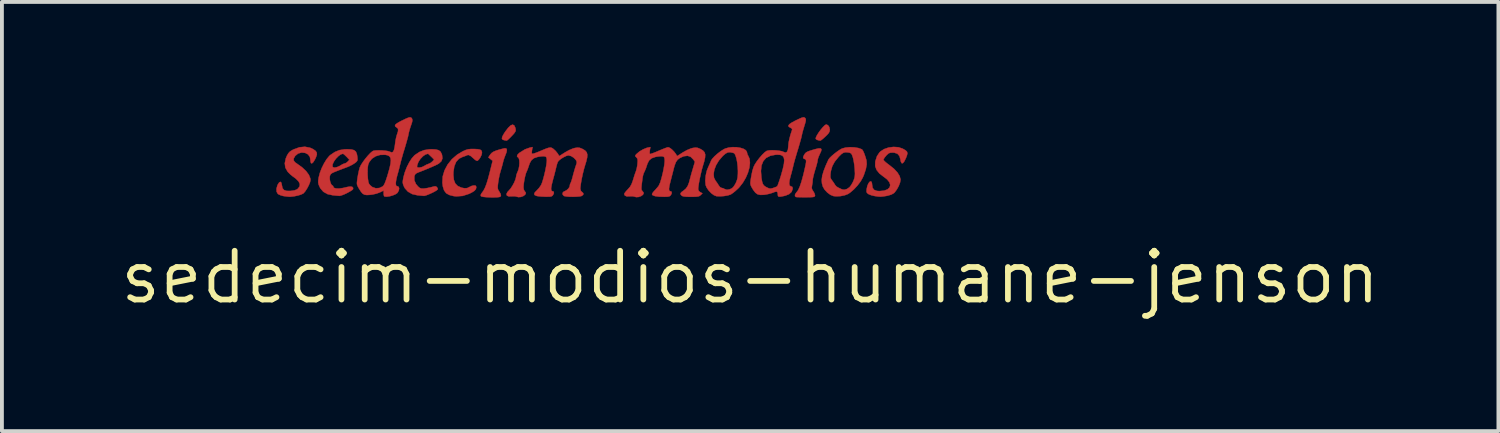
<source format=kicad_pcb>
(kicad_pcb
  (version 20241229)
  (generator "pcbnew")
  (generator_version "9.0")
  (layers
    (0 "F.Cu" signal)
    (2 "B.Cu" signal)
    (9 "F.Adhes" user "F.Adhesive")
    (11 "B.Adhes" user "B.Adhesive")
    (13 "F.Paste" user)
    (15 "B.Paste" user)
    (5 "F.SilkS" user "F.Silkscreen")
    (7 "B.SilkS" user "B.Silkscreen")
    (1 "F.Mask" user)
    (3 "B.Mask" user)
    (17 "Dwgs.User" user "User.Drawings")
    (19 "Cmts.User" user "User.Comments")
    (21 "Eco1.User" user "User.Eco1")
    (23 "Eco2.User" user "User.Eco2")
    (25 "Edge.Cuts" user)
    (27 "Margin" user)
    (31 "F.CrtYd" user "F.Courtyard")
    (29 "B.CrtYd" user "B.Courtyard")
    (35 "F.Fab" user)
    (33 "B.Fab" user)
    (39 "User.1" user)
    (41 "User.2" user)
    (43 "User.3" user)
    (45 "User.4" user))
  (footprint "sedecim-modios-humane-jenson"
    (layer "F.Cu")
    (at 16.487 4.171)
    (property "Reference" "sedecim-modios-humane-jenson" (at 0 0 0) (layer "F.SilkS") (effects (font (size 1.27 1.27) (thickness 0.15))))
    (attr through_hole)
    (fp_poly (pts (xy -6.145 -3.955) (xy -6.117 -3.895) (xy -6.109 -3.863) (xy -6.106 -3.827) (xy -6.117 -3.792) (xy -6.147 -3.748) (xy -6.202 -3.687) (xy -6.211 -3.678) (xy -6.267 -3.621) (xy -6.312 -3.579) (xy -6.34 -3.559) (xy -6.343 -3.559) (xy -6.376 -3.565) (xy -6.41 -3.571) (xy -6.451 -3.587) (xy -6.466 -3.616) (xy -6.454 -3.665) (xy -6.415 -3.737) (xy -6.379 -3.792) (xy -6.302 -3.893) (xy -6.238 -3.954) (xy -6.186 -3.975) (xy -6.145 -3.955)) (stroke (width 0.01) (type solid)) (fill yes) (layer "F.Cu"))
    (fp_poly (pts (xy 2.026 -3.96) (xy 2.06 -3.912) (xy 2.074 -3.847) (xy 2.074 -3.843) (xy 2.068 -3.8) (xy 2.046 -3.757) (xy 2.001 -3.705) (xy 1.959 -3.665) (xy 1.902 -3.613) (xy 1.855 -3.575) (xy 1.829 -3.559) (xy 1.827 -3.559) (xy 1.794 -3.565) (xy 1.764 -3.571) (xy 1.723 -3.589) (xy 1.707 -3.608) (xy 1.713 -3.643) (xy 1.74 -3.699) (xy 1.783 -3.768) (xy 1.835 -3.839) (xy 1.889 -3.904) (xy 1.938 -3.954) (xy 1.975 -3.978) (xy 1.982 -3.979) (xy 2.026 -3.96)) (stroke (width 0.01) (type solid)) (fill yes) (layer "F.Cu"))
    (fp_poly (pts (xy -6.354 -3.356) (xy -6.336 -3.322) (xy -6.345 -3.26) (xy -6.368 -3.2) (xy -6.4 -3.118) (xy -6.428 -3.032) (xy -6.434 -3.006) (xy -6.452 -2.933) (xy -6.477 -2.843) (xy -6.498 -2.773) (xy -6.524 -2.679) (xy -6.547 -2.567) (xy -6.563 -2.47) (xy -6.573 -2.384) (xy -6.575 -2.328) (xy -6.568 -2.29) (xy -6.55 -2.256) (xy -6.545 -2.248) (xy -6.502 -2.177) (xy -6.49 -2.128) (xy -6.505 -2.099) (xy -6.539 -2.089) (xy -6.604 -2.082) (xy -6.687 -2.08) (xy -6.779 -2.081) (xy -6.869 -2.086) (xy -6.945 -2.093) (xy -6.996 -2.104) (xy -7.011 -2.111) (xy -7.02 -2.141) (xy -7 -2.181) (xy -6.988 -2.197) (xy -6.944 -2.259) (xy -6.905 -2.334) (xy -6.868 -2.429) (xy -6.83 -2.552) (xy -6.788 -2.709) (xy -6.782 -2.733) (xy -6.707 -3.033) (xy -6.763 -3.078) (xy -6.818 -3.122) (xy -6.769 -3.196) (xy -6.734 -3.236) (xy -6.686 -3.269) (xy -6.616 -3.299) (xy -6.518 -3.329) (xy -6.398 -3.359) (xy -6.354 -3.356)) (stroke (width 0.01) (type solid)) (fill yes) (layer "F.Cu"))
    (fp_poly (pts (xy -7.099 -3.336) (xy -7.036 -3.325) (xy -7.001 -3.303) (xy -6.987 -3.266) (xy -6.985 -3.239) (xy -6.997 -3.185) (xy -7.027 -3.123) (xy -7.065 -3.067) (xy -7.102 -3.034) (xy -7.107 -3.032) (xy -7.136 -3.04) (xy -7.18 -3.072) (xy -7.198 -3.089) (xy -7.275 -3.156) (xy -7.333 -3.186) (xy -7.373 -3.18) (xy -7.408 -3.163) (xy -7.465 -3.142) (xy -7.486 -3.136) (xy -7.585 -3.087) (xy -7.658 -3.005) (xy -7.706 -2.889) (xy -7.728 -2.741) (xy -7.73 -2.663) (xy -7.717 -2.536) (xy -7.68 -2.442) (xy -7.616 -2.377) (xy -7.52 -2.334) (xy -7.451 -2.32) (xy -7.373 -2.321) (xy -7.313 -2.35) (xy -7.253 -2.379) (xy -7.194 -2.392) (xy -7.191 -2.392) (xy -7.148 -2.385) (xy -7.134 -2.356) (xy -7.133 -2.342) (xy -7.144 -2.296) (xy -7.18 -2.253) (xy -7.247 -2.21) (xy -7.324 -2.172) (xy -7.489 -2.119) (xy -7.654 -2.107) (xy -7.726 -2.115) (xy -7.838 -2.144) (xy -7.918 -2.19) (xy -7.971 -2.262) (xy -8.003 -2.363) (xy -8.016 -2.464) (xy -8.007 -2.625) (xy -7.96 -2.784) (xy -7.879 -2.936) (xy -7.768 -3.075) (xy -7.63 -3.194) (xy -7.486 -3.28) (xy -7.407 -3.315) (xy -7.34 -3.334) (xy -7.265 -3.341) (xy -7.197 -3.341) (xy -7.099 -3.336)) (stroke (width 0.01) (type solid)) (fill yes) (layer "F.Cu"))
    (fp_poly (pts (xy 1.856 -3.334) (xy 1.848 -3.285) (xy 1.814 -3.21) (xy 1.783 -3.14) (xy 1.762 -3.078) (xy 1.757 -3.048) (xy 1.751 -3.007) (xy 1.734 -2.938) (xy 1.709 -2.852) (xy 1.693 -2.801) (xy 1.666 -2.708) (xy 1.644 -2.622) (xy 1.631 -2.556) (xy 1.629 -2.534) (xy 1.624 -2.465) (xy 1.611 -2.391) (xy 1.611 -2.387) (xy 1.603 -2.328) (xy 1.616 -2.281) (xy 1.644 -2.239) (xy 1.675 -2.185) (xy 1.689 -2.136) (xy 1.689 -2.127) (xy 1.683 -2.109) (xy 1.668 -2.097) (xy 1.635 -2.089) (xy 1.578 -2.086) (xy 1.488 -2.084) (xy 1.448 -2.084) (xy 1.351 -2.084) (xy 1.268 -2.086) (xy 1.211 -2.088) (xy 1.189 -2.091) (xy 1.166 -2.116) (xy 1.17 -2.159) (xy 1.198 -2.203) (xy 1.205 -2.21) (xy 1.248 -2.266) (xy 1.291 -2.358) (xy 1.335 -2.487) (xy 1.381 -2.655) (xy 1.397 -2.72) (xy 1.426 -2.846) (xy 1.446 -2.937) (xy 1.456 -3) (xy 1.456 -3.039) (xy 1.447 -3.063) (xy 1.43 -3.075) (xy 1.418 -3.08) (xy 1.385 -3.098) (xy 1.38 -3.129) (xy 1.403 -3.182) (xy 1.412 -3.197) (xy 1.434 -3.229) (xy 1.462 -3.254) (xy 1.504 -3.276) (xy 1.569 -3.299) (xy 1.665 -3.328) (xy 1.689 -3.335) (xy 1.779 -3.356) (xy 1.834 -3.357) (xy 1.856 -3.334)) (stroke (width 0.01) (type solid)) (fill yes) (layer "F.Cu"))
    (fp_poly (pts (xy -11.464 -3.374) (xy -11.382 -3.337) (xy -11.319 -3.292) (xy -11.288 -3.248) (xy -11.285 -3.193) (xy -11.311 -3.118) (xy -11.335 -3.068) (xy -11.377 -2.999) (xy -11.412 -2.967) (xy -11.437 -2.972) (xy -11.45 -3.016) (xy -11.451 -3.043) (xy -11.467 -3.135) (xy -11.516 -3.201) (xy -11.589 -3.239) (xy -11.683 -3.249) (xy -11.773 -3.223) (xy -11.845 -3.164) (xy -11.853 -3.154) (xy -11.888 -3.092) (xy -11.889 -3.043) (xy -11.855 -2.996) (xy -11.795 -2.953) (xy -11.666 -2.86) (xy -11.563 -2.762) (xy -11.492 -2.665) (xy -11.455 -2.572) (xy -11.451 -2.534) (xy -11.463 -2.476) (xy -11.494 -2.399) (xy -11.537 -2.317) (xy -11.584 -2.243) (xy -11.628 -2.191) (xy -11.638 -2.183) (xy -11.697 -2.154) (xy -11.783 -2.128) (xy -11.88 -2.108) (xy -11.972 -2.098) (xy -12.011 -2.098) (xy -12.074 -2.104) (xy -12.15 -2.115) (xy -12.169 -2.118) (xy -12.235 -2.138) (xy -12.29 -2.164) (xy -12.301 -2.172) (xy -12.333 -2.228) (xy -12.337 -2.305) (xy -12.312 -2.394) (xy -12.303 -2.413) (xy -12.266 -2.47) (xy -12.233 -2.486) (xy -12.209 -2.462) (xy -12.196 -2.397) (xy -12.196 -2.397) (xy -12.18 -2.321) (xy -12.142 -2.273) (xy -12.077 -2.25) (xy -11.979 -2.248) (xy -11.957 -2.25) (xy -11.864 -2.264) (xy -11.802 -2.29) (xy -11.777 -2.309) (xy -11.733 -2.369) (xy -11.728 -2.431) (xy -11.762 -2.498) (xy -11.836 -2.572) (xy -11.915 -2.629) (xy -11.974 -2.677) (xy -12.035 -2.738) (xy -12.052 -2.759) (xy -12.106 -2.857) (xy -12.12 -2.969) (xy -12.095 -3.092) (xy -12.065 -3.164) (xy -12.028 -3.228) (xy -11.987 -3.273) (xy -11.926 -3.312) (xy -11.885 -3.332) (xy -11.739 -3.385) (xy -11.597 -3.399) (xy -11.464 -3.374)) (stroke (width 0.01) (type solid)) (fill yes) (layer "F.Cu"))
    (fp_poly (pts (xy 3.863 -3.386) (xy 3.97 -3.35) (xy 4.044 -3.308) (xy 4.084 -3.271) (xy 4.095 -3.227) (xy 4.08 -3.165) (xy 4.054 -3.099) (xy 4.012 -3.015) (xy 3.976 -2.972) (xy 3.947 -2.97) (xy 3.925 -3.01) (xy 3.914 -3.065) (xy 3.888 -3.157) (xy 3.837 -3.216) (xy 3.758 -3.244) (xy 3.715 -3.247) (xy 3.651 -3.244) (xy 3.606 -3.228) (xy 3.561 -3.188) (xy 3.544 -3.17) (xy 3.502 -3.119) (xy 3.476 -3.076) (xy 3.471 -3.06) (xy 3.488 -3.035) (xy 3.531 -2.994) (xy 3.594 -2.944) (xy 3.623 -2.923) (xy 3.743 -2.827) (xy 3.835 -2.729) (xy 3.893 -2.634) (xy 3.916 -2.548) (xy 3.916 -2.542) (xy 3.903 -2.466) (xy 3.868 -2.375) (xy 3.819 -2.286) (xy 3.765 -2.213) (xy 3.743 -2.191) (xy 3.679 -2.155) (xy 3.585 -2.126) (xy 3.55 -2.119) (xy 3.463 -2.105) (xy 3.399 -2.099) (xy 3.338 -2.102) (xy 3.261 -2.113) (xy 3.232 -2.118) (xy 3.158 -2.135) (xy 3.094 -2.16) (xy 3.076 -2.17) (xy 3.043 -2.197) (xy 3.03 -2.228) (xy 3.032 -2.28) (xy 3.035 -2.303) (xy 3.053 -2.383) (xy 3.08 -2.445) (xy 3.11 -2.485) (xy 3.139 -2.499) (xy 3.162 -2.484) (xy 3.174 -2.435) (xy 3.175 -2.413) (xy 3.188 -2.33) (xy 3.228 -2.276) (xy 3.3 -2.249) (xy 3.366 -2.244) (xy 3.489 -2.256) (xy 3.578 -2.289) (xy 3.632 -2.34) (xy 3.648 -2.403) (xy 3.627 -2.474) (xy 3.566 -2.549) (xy 3.485 -2.611) (xy 3.369 -2.7) (xy 3.293 -2.794) (xy 3.256 -2.894) (xy 3.258 -3.005) (xy 3.262 -3.028) (xy 3.303 -3.154) (xy 3.365 -3.248) (xy 3.39 -3.274) (xy 3.486 -3.337) (xy 3.606 -3.379) (xy 3.736 -3.395) (xy 3.863 -3.386)) (stroke (width 0.01) (type solid)) (fill yes) (layer "F.Cu"))
    (fp_poly (pts (xy 2.715 -3.383) (xy 2.821 -3.365) (xy 2.904 -3.334) (xy 2.914 -3.328) (xy 2.937 -3.297) (xy 2.966 -3.235) (xy 2.996 -3.152) (xy 3.024 -3.059) (xy 3.029 -3.04) (xy 3.035 -2.941) (xy 3.012 -2.815) (xy 2.961 -2.663) (xy 2.932 -2.596) (xy 2.876 -2.497) (xy 2.795 -2.39) (xy 2.701 -2.289) (xy 2.605 -2.207) (xy 2.551 -2.17) (xy 2.461 -2.135) (xy 2.35 -2.113) (xy 2.237 -2.108) (xy 2.169 -2.115) (xy 2.09 -2.147) (xy 2.009 -2.207) (xy 1.938 -2.283) (xy 1.892 -2.363) (xy 1.869 -2.447) (xy 1.863 -2.536) (xy 1.876 -2.636) (xy 1.879 -2.646) (xy 2.088 -2.646) (xy 2.091 -2.597) (xy 2.108 -2.557) (xy 2.135 -2.519) (xy 2.175 -2.463) (xy 2.207 -2.413) (xy 2.213 -2.403) (xy 2.247 -2.364) (xy 2.297 -2.333) (xy 2.351 -2.308) (xy 2.391 -2.289) (xy 2.45 -2.279) (xy 2.52 -2.299) (xy 2.586 -2.344) (xy 2.626 -2.394) (xy 2.668 -2.465) (xy 2.69 -2.512) (xy 2.713 -2.575) (xy 2.725 -2.631) (xy 2.729 -2.695) (xy 2.725 -2.783) (xy 2.723 -2.82) (xy 2.713 -2.923) (xy 2.697 -3.025) (xy 2.679 -3.108) (xy 2.674 -3.124) (xy 2.651 -3.189) (xy 2.629 -3.224) (xy 2.596 -3.242) (xy 2.559 -3.25) (xy 2.489 -3.256) (xy 2.433 -3.245) (xy 2.379 -3.211) (xy 2.316 -3.149) (xy 2.296 -3.127) (xy 2.201 -3.009) (xy 2.139 -2.895) (xy 2.104 -2.774) (xy 2.095 -2.72) (xy 2.088 -2.646) (xy 1.879 -2.646) (xy 1.909 -2.755) (xy 1.963 -2.896) (xy 2.039 -3.066) (xy 2.07 -3.107) (xy 2.127 -3.162) (xy 2.199 -3.223) (xy 2.276 -3.281) (xy 2.348 -3.329) (xy 2.396 -3.354) (xy 2.488 -3.378) (xy 2.598 -3.388) (xy 2.715 -3.383)) (stroke (width 0.01) (type solid)) (fill yes) (layer "F.Cu"))
    (fp_poly (pts (xy -0.353 -3.387) (xy -0.255 -3.371) (xy -0.172 -3.345) (xy -0.113 -3.308) (xy -0.085 -3.264) (xy -0.084 -3.254) (xy -0.071 -3.199) (xy -0.053 -3.167) (xy -0.016 -3.085) (xy -0.006 -2.979) (xy -0.02 -2.857) (xy -0.057 -2.725) (xy -0.114 -2.592) (xy -0.19 -2.463) (xy -0.281 -2.346) (xy -0.314 -2.312) (xy -0.383 -2.249) (xy -0.45 -2.195) (xy -0.503 -2.159) (xy -0.512 -2.154) (xy -0.586 -2.131) (xy -0.683 -2.115) (xy -0.786 -2.108) (xy -0.877 -2.112) (xy -0.878 -2.112) (xy -0.942 -2.137) (xy -1.014 -2.19) (xy -1.081 -2.26) (xy -1.133 -2.336) (xy -1.16 -2.402) (xy -1.169 -2.515) (xy -1.158 -2.645) (xy -1.148 -2.691) (xy -0.952 -2.691) (xy -0.942 -2.592) (xy -0.905 -2.519) (xy -0.859 -2.456) (xy -0.821 -2.395) (xy -0.786 -2.349) (xy -0.749 -2.328) (xy -0.746 -2.328) (xy -0.698 -2.316) (xy -0.666 -2.298) (xy -0.605 -2.278) (xy -0.528 -2.292) (xy -0.469 -2.322) (xy -0.433 -2.358) (xy -0.394 -2.419) (xy -0.368 -2.468) (xy -0.341 -2.539) (xy -0.326 -2.607) (xy -0.32 -2.691) (xy -0.319 -2.768) (xy -0.324 -2.876) (xy -0.337 -2.987) (xy -0.354 -3.081) (xy -0.357 -3.09) (xy -0.38 -3.166) (xy -0.401 -3.212) (xy -0.428 -3.235) (xy -0.445 -3.241) (xy -0.522 -3.257) (xy -0.583 -3.252) (xy -0.64 -3.222) (xy -0.708 -3.164) (xy -0.721 -3.15) (xy -0.816 -3.039) (xy -0.887 -2.921) (xy -0.933 -2.803) (xy -0.952 -2.691) (xy -1.148 -2.691) (xy -1.129 -2.774) (xy -1.094 -2.863) (xy -1.06 -2.938) (xy -1.029 -3.008) (xy -1.017 -3.04) (xy -0.985 -3.089) (xy -0.928 -3.15) (xy -0.853 -3.217) (xy -0.773 -3.279) (xy -0.695 -3.329) (xy -0.65 -3.352) (xy -0.559 -3.378) (xy -0.457 -3.389) (xy -0.353 -3.387)) (stroke (width 0.01) (type solid)) (fill yes) (layer "F.Cu"))
    (fp_poly (pts (xy -8.187 -3.328) (xy -8.114 -3.309) (xy -8.065 -3.272) (xy -8.034 -3.212) (xy -8.025 -3.185) (xy -8.015 -3.095) (xy -8.042 -3.023) (xy -8.107 -2.963) (xy -8.154 -2.936) (xy -8.29 -2.874) (xy -8.45 -2.807) (xy -8.62 -2.74) (xy -8.625 -2.738) (xy -8.689 -2.71) (xy -8.724 -2.682) (xy -8.742 -2.641) (xy -8.746 -2.624) (xy -8.746 -2.525) (xy -8.705 -2.43) (xy -8.65 -2.364) (xy -8.605 -2.326) (xy -8.56 -2.311) (xy -8.496 -2.312) (xy -8.49 -2.312) (xy -8.406 -2.324) (xy -8.316 -2.344) (xy -8.292 -2.35) (xy -8.229 -2.366) (xy -8.192 -2.368) (xy -8.166 -2.354) (xy -8.157 -2.345) (xy -8.136 -2.309) (xy -8.139 -2.286) (xy -8.168 -2.262) (xy -8.224 -2.229) (xy -8.297 -2.193) (xy -8.373 -2.159) (xy -8.441 -2.133) (xy -8.489 -2.12) (xy -8.498 -2.12) (xy -8.542 -2.124) (xy -8.611 -2.13) (xy -8.668 -2.136) (xy -8.803 -2.167) (xy -8.912 -2.229) (xy -8.993 -2.319) (xy -9.017 -2.365) (xy -9.038 -2.418) (xy -9.048 -2.461) (xy -9.046 -2.511) (xy -9.034 -2.582) (xy -9.028 -2.611) (xy -8.993 -2.737) (xy -8.942 -2.868) (xy -8.937 -2.878) (xy -8.676 -2.878) (xy -8.661 -2.86) (xy -8.615 -2.857) (xy -8.548 -2.87) (xy -8.49 -2.898) (xy -8.431 -2.932) (xy -8.377 -2.953) (xy -8.322 -2.979) (xy -8.277 -3.016) (xy -8.231 -3.065) (xy -8.307 -3.141) (xy -8.352 -3.184) (xy -8.382 -3.212) (xy -8.39 -3.217) (xy -8.454 -3.199) (xy -8.523 -3.151) (xy -8.588 -3.083) (xy -8.64 -3.004) (xy -8.67 -2.924) (xy -8.671 -2.923) (xy -8.676 -2.878) (xy -8.937 -2.878) (xy -8.88 -2.991) (xy -8.813 -3.096) (xy -8.746 -3.172) (xy -8.733 -3.183) (xy -8.614 -3.263) (xy -8.493 -3.311) (xy -8.357 -3.332) (xy -8.293 -3.334) (xy -8.187 -3.328)) (stroke (width 0.01) (type solid)) (fill yes) (layer "F.Cu"))
    (fp_poly (pts (xy -10.388 -3.329) (xy -10.315 -3.31) (xy -10.269 -3.272) (xy -10.243 -3.209) (xy -10.231 -3.14) (xy -10.225 -3.075) (xy -10.232 -3.036) (xy -10.258 -3.004) (xy -10.293 -2.976) (xy -10.358 -2.934) (xy -10.439 -2.893) (xy -10.481 -2.875) (xy -10.565 -2.843) (xy -10.663 -2.806) (xy -10.729 -2.781) (xy -10.822 -2.744) (xy -10.882 -2.717) (xy -10.918 -2.691) (xy -10.938 -2.663) (xy -10.948 -2.626) (xy -10.95 -2.614) (xy -10.95 -2.555) (xy -10.938 -2.49) (xy -10.917 -2.433) (xy -10.893 -2.397) (xy -10.879 -2.392) (xy -10.861 -2.375) (xy -10.858 -2.361) (xy -10.84 -2.33) (xy -10.787 -2.313) (xy -10.706 -2.311) (xy -10.604 -2.325) (xy -10.495 -2.351) (xy -10.418 -2.363) (xy -10.364 -2.355) (xy -10.34 -2.327) (xy -10.343 -2.295) (xy -10.368 -2.27) (xy -10.422 -2.236) (xy -10.491 -2.198) (xy -10.566 -2.162) (xy -10.635 -2.135) (xy -10.686 -2.121) (xy -10.697 -2.12) (xy -10.742 -2.124) (xy -10.812 -2.13) (xy -10.871 -2.136) (xy -11.008 -2.166) (xy -11.116 -2.227) (xy -11.194 -2.318) (xy -11.217 -2.363) (xy -11.241 -2.422) (xy -11.25 -2.472) (xy -11.248 -2.53) (xy -11.237 -2.599) (xy -11.207 -2.716) (xy -11.159 -2.842) (xy -11.127 -2.907) (xy -10.88 -2.907) (xy -10.872 -2.872) (xy -10.842 -2.859) (xy -10.815 -2.857) (xy -10.756 -2.87) (xy -10.69 -2.899) (xy -10.673 -2.91) (xy -10.617 -2.943) (xy -10.572 -2.962) (xy -10.561 -2.963) (xy -10.523 -2.978) (xy -10.482 -3.011) (xy -10.437 -3.059) (xy -10.511 -3.138) (xy -10.558 -3.183) (xy -10.594 -3.212) (xy -10.607 -3.217) (xy -10.662 -3.2) (xy -10.726 -3.153) (xy -10.788 -3.089) (xy -10.84 -3.016) (xy -10.873 -2.946) (xy -10.88 -2.907) (xy -11.127 -2.907) (xy -11.098 -2.965) (xy -11.032 -3.073) (xy -10.964 -3.156) (xy -10.937 -3.181) (xy -10.817 -3.262) (xy -10.698 -3.311) (xy -10.563 -3.332) (xy -10.495 -3.334) (xy -10.388 -3.329)) (stroke (width 0.01) (type solid)) (fill yes) (layer "F.Cu"))
    (fp_poly (pts (xy 1.409 -4.164) (xy 1.43 -4.149) (xy 1.439 -4.139) (xy 1.449 -4.114) (xy 1.448 -4.075) (xy 1.432 -4.012) (xy 1.411 -3.943) (xy 1.384 -3.853) (xy 1.36 -3.766) (xy 1.345 -3.7) (xy 1.344 -3.694) (xy 1.333 -3.643) (xy 1.311 -3.562) (xy 1.282 -3.46) (xy 1.249 -3.348) (xy 1.236 -3.307) (xy 1.201 -3.19) (xy 1.168 -3.078) (xy 1.141 -2.98) (xy 1.123 -2.909) (xy 1.12 -2.894) (xy 1.1 -2.811) (xy 1.075 -2.713) (xy 1.056 -2.649) (xy 1.026 -2.529) (xy 1.016 -2.443) (xy 1.027 -2.39) (xy 1.06 -2.367) (xy 1.064 -2.367) (xy 1.097 -2.354) (xy 1.107 -2.32) (xy 1.105 -2.297) (xy 1.078 -2.223) (xy 1.013 -2.165) (xy 0.915 -2.125) (xy 0.889 -2.119) (xy 0.806 -2.102) (xy 0.755 -2.098) (xy 0.73 -2.107) (xy 0.721 -2.132) (xy 0.72 -2.158) (xy 0.714 -2.209) (xy 0.692 -2.231) (xy 0.647 -2.225) (xy 0.59 -2.203) (xy 0.517 -2.179) (xy 0.425 -2.158) (xy 0.36 -2.148) (xy 0.265 -2.145) (xy 0.194 -2.161) (xy 0.136 -2.203) (xy 0.079 -2.277) (xy 0.053 -2.32) (xy 0.025 -2.369) (xy 0.01 -2.409) (xy 0.005 -2.451) (xy 0.01 -2.51) (xy 0.022 -2.59) (xy 0.04 -2.688) (xy 0.058 -2.767) (xy 0.28 -2.767) (xy 0.293 -2.594) (xy 0.309 -2.499) (xy 0.327 -2.437) (xy 0.354 -2.394) (xy 0.395 -2.362) (xy 0.434 -2.34) (xy 0.487 -2.316) (xy 0.53 -2.309) (xy 0.582 -2.32) (xy 0.616 -2.331) (xy 0.669 -2.351) (xy 0.703 -2.368) (xy 0.705 -2.37) (xy 0.717 -2.395) (xy 0.738 -2.452) (xy 0.766 -2.534) (xy 0.797 -2.633) (xy 0.805 -2.658) (xy 0.851 -2.823) (xy 0.879 -2.952) (xy 0.888 -3.05) (xy 0.875 -3.12) (xy 0.841 -3.165) (xy 0.784 -3.188) (xy 0.703 -3.193) (xy 0.656 -3.19) (xy 0.52 -3.163) (xy 0.415 -3.108) (xy 0.34 -3.023) (xy 0.295 -2.91) (xy 0.28 -2.767) (xy 0.058 -2.767) (xy 0.063 -2.787) (xy 0.086 -2.865) (xy 0.088 -2.87) (xy 0.122 -2.939) (xy 0.176 -3.022) (xy 0.242 -3.108) (xy 0.311 -3.188) (xy 0.376 -3.252) (xy 0.429 -3.29) (xy 0.436 -3.293) (xy 0.491 -3.305) (xy 0.572 -3.309) (xy 0.665 -3.306) (xy 0.754 -3.296) (xy 0.827 -3.282) (xy 0.861 -3.268) (xy 0.917 -3.247) (xy 0.958 -3.265) (xy 0.983 -3.322) (xy 0.994 -3.418) (xy 0.995 -3.443) (xy 1.002 -3.509) (xy 1.021 -3.602) (xy 1.048 -3.706) (xy 1.081 -3.808) (xy 1.094 -3.844) (xy 1.085 -3.873) (xy 1.05 -3.894) (xy 1.004 -3.92) (xy 0.995 -3.95) (xy 1.022 -3.987) (xy 1.088 -4.032) (xy 1.18 -4.081) (xy 1.275 -4.126) (xy 1.339 -4.154) (xy 1.382 -4.166) (xy 1.409 -4.164)) (stroke (width 0.01) (type solid)) (fill yes) (layer "F.Cu"))
    (fp_poly (pts (xy -8.831 -4.16) (xy -8.811 -4.138) (xy -8.806 -4.129) (xy -8.797 -4.093) (xy -8.805 -4.042) (xy -8.83 -3.964) (xy -8.834 -3.954) (xy -8.863 -3.867) (xy -8.887 -3.78) (xy -8.898 -3.725) (xy -8.91 -3.669) (xy -8.933 -3.583) (xy -8.962 -3.48) (xy -8.995 -3.369) (xy -8.999 -3.355) (xy -9.035 -3.239) (xy -9.068 -3.123) (xy -9.096 -3.021) (xy -9.115 -2.945) (xy -9.116 -2.942) (xy -9.14 -2.841) (xy -9.169 -2.732) (xy -9.187 -2.67) (xy -9.209 -2.585) (xy -9.224 -2.503) (xy -9.229 -2.453) (xy -9.225 -2.399) (xy -9.21 -2.375) (xy -9.186 -2.371) (xy -9.154 -2.354) (xy -9.142 -2.314) (xy -9.151 -2.261) (xy -9.18 -2.208) (xy -9.193 -2.192) (xy -9.241 -2.16) (xy -9.309 -2.132) (xy -9.386 -2.11) (xy -9.458 -2.099) (xy -9.512 -2.101) (xy -9.532 -2.11) (xy -9.542 -2.139) (xy -9.546 -2.19) (xy -9.546 -2.191) (xy -9.546 -2.258) (xy -9.647 -2.21) (xy -9.734 -2.178) (xy -9.841 -2.154) (xy -9.898 -2.147) (xy -9.982 -2.142) (xy -10.042 -2.15) (xy -10.09 -2.176) (xy -10.135 -2.227) (xy -10.187 -2.308) (xy -10.197 -2.325) (xy -10.223 -2.373) (xy -10.238 -2.411) (xy -10.242 -2.454) (xy -10.236 -2.515) (xy -10.226 -2.59) (xy -10.209 -2.687) (xy -10.192 -2.765) (xy -9.965 -2.765) (xy -9.963 -2.662) (xy -9.956 -2.563) (xy -9.943 -2.481) (xy -9.927 -2.434) (xy -9.893 -2.393) (xy -9.842 -2.351) (xy -9.836 -2.348) (xy -9.75 -2.318) (xy -9.657 -2.325) (xy -9.57 -2.366) (xy -9.545 -2.394) (xy -9.518 -2.444) (xy -9.488 -2.522) (xy -9.451 -2.633) (xy -9.438 -2.677) (xy -9.394 -2.832) (xy -9.367 -2.953) (xy -9.358 -3.043) (xy -9.367 -3.108) (xy -9.394 -3.151) (xy -9.441 -3.177) (xy -9.505 -3.19) (xy -9.636 -3.187) (xy -9.753 -3.152) (xy -9.851 -3.088) (xy -9.921 -2.999) (xy -9.949 -2.931) (xy -9.96 -2.859) (xy -9.965 -2.765) (xy -10.192 -2.765) (xy -10.188 -2.783) (xy -10.167 -2.859) (xy -10.165 -2.865) (xy -10.135 -2.926) (xy -10.085 -3.003) (xy -10.024 -3.086) (xy -9.958 -3.165) (xy -9.894 -3.233) (xy -9.841 -3.279) (xy -9.814 -3.294) (xy -9.76 -3.303) (xy -9.681 -3.306) (xy -9.59 -3.304) (xy -9.502 -3.296) (xy -9.429 -3.285) (xy -9.385 -3.27) (xy -9.385 -3.27) (xy -9.338 -3.251) (xy -9.302 -3.266) (xy -9.276 -3.316) (xy -9.257 -3.404) (xy -9.249 -3.464) (xy -9.237 -3.557) (xy -9.219 -3.644) (xy -9.201 -3.709) (xy -9.199 -3.714) (xy -9.17 -3.805) (xy -9.17 -3.866) (xy -9.201 -3.899) (xy -9.207 -3.901) (xy -9.242 -3.926) (xy -9.25 -3.951) (xy -9.237 -3.979) (xy -9.194 -4.012) (xy -9.118 -4.056) (xy -9.07 -4.08) (xy -8.972 -4.128) (xy -8.904 -4.156) (xy -8.86 -4.166) (xy -8.831 -4.16)) (stroke (width 0.01) (type solid)) (fill yes) (layer "F.Cu"))
    (fp_poly (pts (xy -2.613 -3.306) (xy -2.618 -3.251) (xy -2.614 -3.216) (xy -2.61 -3.211) (xy -2.585 -3.215) (xy -2.53 -3.233) (xy -2.454 -3.263) (xy -2.382 -3.294) (xy -2.292 -3.332) (xy -2.215 -3.362) (xy -2.159 -3.382) (xy -2.136 -3.387) (xy -2.095 -3.371) (xy -2.041 -3.331) (xy -1.985 -3.275) (xy -1.938 -3.215) (xy -1.937 -3.213) (xy -1.902 -3.156) (xy -1.754 -3.251) (xy -1.647 -3.311) (xy -1.547 -3.353) (xy -1.497 -3.367) (xy -1.425 -3.377) (xy -1.37 -3.371) (xy -1.309 -3.347) (xy -1.292 -3.339) (xy -1.229 -3.3) (xy -1.188 -3.255) (xy -1.171 -3.196) (xy -1.175 -3.117) (xy -1.199 -3.01) (xy -1.224 -2.928) (xy -1.256 -2.817) (xy -1.286 -2.693) (xy -1.314 -2.566) (xy -1.336 -2.449) (xy -1.35 -2.351) (xy -1.355 -2.292) (xy -1.335 -2.244) (xy -1.299 -2.216) (xy -1.243 -2.186) (xy -1.288 -2.141) (xy -1.314 -2.12) (xy -1.346 -2.106) (xy -1.394 -2.099) (xy -1.467 -2.096) (xy -1.544 -2.095) (xy -1.649 -2.097) (xy -1.719 -2.103) (xy -1.763 -2.114) (xy -1.787 -2.129) (xy -1.813 -2.161) (xy -1.813 -2.189) (xy -1.784 -2.222) (xy -1.733 -2.258) (xy -1.673 -2.31) (xy -1.627 -2.377) (xy -1.591 -2.47) (xy -1.567 -2.561) (xy -1.553 -2.615) (xy -1.531 -2.696) (xy -1.504 -2.788) (xy -1.494 -2.822) (xy -1.439 -3.009) (xy -1.481 -3.068) (xy -1.549 -3.136) (xy -1.628 -3.164) (xy -1.722 -3.153) (xy -1.748 -3.144) (xy -1.831 -3.106) (xy -1.89 -3.062) (xy -1.933 -3.001) (xy -1.967 -2.914) (xy -1.989 -2.836) (xy -2.016 -2.728) (xy -2.047 -2.61) (xy -2.073 -2.507) (xy -2.075 -2.5) (xy -2.103 -2.387) (xy -2.114 -2.309) (xy -2.111 -2.263) (xy -2.093 -2.244) (xy -2.086 -2.244) (xy -2.049 -2.23) (xy -2.042 -2.192) (xy -2.062 -2.147) (xy -2.085 -2.119) (xy -2.115 -2.104) (xy -2.164 -2.097) (xy -2.239 -2.096) (xy -2.376 -2.1) (xy -2.476 -2.113) (xy -2.537 -2.135) (xy -2.556 -2.154) (xy -2.547 -2.188) (xy -2.507 -2.24) (xy -2.472 -2.275) (xy -2.385 -2.377) (xy -2.343 -2.468) (xy -2.308 -2.585) (xy -2.277 -2.709) (xy -2.252 -2.831) (xy -2.234 -2.939) (xy -2.226 -3.023) (xy -2.226 -3.051) (xy -2.233 -3.109) (xy -2.249 -3.137) (xy -2.282 -3.149) (xy -2.297 -3.151) (xy -2.355 -3.15) (xy -2.431 -3.141) (xy -2.471 -3.133) (xy -2.566 -3.099) (xy -2.632 -3.043) (xy -2.677 -2.956) (xy -2.69 -2.913) (xy -2.716 -2.836) (xy -2.748 -2.76) (xy -2.752 -2.752) (xy -2.771 -2.714) (xy -2.785 -2.673) (xy -2.797 -2.622) (xy -2.808 -2.549) (xy -2.821 -2.448) (xy -2.828 -2.391) (xy -2.833 -2.318) (xy -2.828 -2.274) (xy -2.809 -2.247) (xy -2.807 -2.246) (xy -2.779 -2.211) (xy -2.773 -2.191) (xy -2.792 -2.15) (xy -2.839 -2.115) (xy -2.902 -2.092) (xy -2.967 -2.087) (xy -3.013 -2.099) (xy -3.059 -2.11) (xy -3.123 -2.11) (xy -3.137 -2.108) (xy -3.213 -2.106) (xy -3.263 -2.128) (xy -3.281 -2.169) (xy -3.267 -2.196) (xy -3.231 -2.242) (xy -3.187 -2.289) (xy -3.13 -2.354) (xy -3.09 -2.423) (xy -3.057 -2.512) (xy -3.048 -2.541) (xy -3.022 -2.627) (xy -2.996 -2.705) (xy -2.976 -2.759) (xy -2.975 -2.762) (xy -2.958 -2.819) (xy -2.942 -2.897) (xy -2.935 -2.955) (xy -2.93 -3.03) (xy -2.934 -3.077) (xy -2.949 -3.107) (xy -2.964 -3.123) (xy -2.991 -3.151) (xy -2.992 -3.172) (xy -2.965 -3.206) (xy -2.958 -3.212) (xy -2.884 -3.275) (xy -2.789 -3.331) (xy -2.694 -3.37) (xy -2.67 -3.376) (xy -2.599 -3.391) (xy -2.613 -3.306)) (stroke (width 0.01) (type solid)) (fill yes) (layer "F.Cu"))
    (fp_poly (pts (xy -5.681 -3.315) (xy -5.688 -3.259) (xy -5.685 -3.221) (xy -5.684 -3.218) (xy -5.66 -3.217) (xy -5.608 -3.231) (xy -5.536 -3.258) (xy -5.497 -3.274) (xy -5.384 -3.322) (xy -5.303 -3.355) (xy -5.245 -3.373) (xy -5.204 -3.379) (xy -5.172 -3.372) (xy -5.141 -3.355) (xy -5.124 -3.342) (xy -5.066 -3.289) (xy -5.017 -3.228) (xy -5.014 -3.224) (xy -4.972 -3.156) (xy -4.823 -3.251) (xy -4.716 -3.311) (xy -4.616 -3.353) (xy -4.566 -3.367) (xy -4.494 -3.377) (xy -4.439 -3.371) (xy -4.378 -3.347) (xy -4.361 -3.339) (xy -4.298 -3.3) (xy -4.258 -3.255) (xy -4.241 -3.196) (xy -4.246 -3.117) (xy -4.271 -3.011) (xy -4.293 -2.941) (xy -4.327 -2.825) (xy -4.359 -2.697) (xy -4.387 -2.567) (xy -4.408 -2.447) (xy -4.421 -2.349) (xy -4.424 -2.303) (xy -4.407 -2.246) (xy -4.381 -2.223) (xy -4.345 -2.188) (xy -4.347 -2.15) (xy -4.388 -2.118) (xy -4.393 -2.116) (xy -4.445 -2.105) (xy -4.523 -2.099) (xy -4.614 -2.096) (xy -4.706 -2.098) (xy -4.785 -2.104) (xy -4.839 -2.114) (xy -4.849 -2.117) (xy -4.882 -2.152) (xy -4.886 -2.195) (xy -4.861 -2.227) (xy -4.849 -2.233) (xy -4.785 -2.264) (xy -4.732 -2.311) (xy -4.702 -2.361) (xy -4.699 -2.379) (xy -4.691 -2.425) (xy -4.68 -2.446) (xy -4.667 -2.474) (xy -4.647 -2.533) (xy -4.624 -2.612) (xy -4.616 -2.646) (xy -4.59 -2.741) (xy -4.564 -2.831) (xy -4.542 -2.901) (xy -4.537 -2.913) (xy -4.518 -2.971) (xy -4.517 -3.009) (xy -4.533 -3.045) (xy -4.541 -3.057) (xy -4.595 -3.114) (xy -4.664 -3.157) (xy -4.731 -3.174) (xy -4.735 -3.175) (xy -4.788 -3.161) (xy -4.856 -3.128) (xy -4.926 -3.085) (xy -4.982 -3.039) (xy -5.009 -3.006) (xy -5.028 -2.955) (xy -5.048 -2.882) (xy -5.059 -2.836) (xy -5.078 -2.759) (xy -5.103 -2.66) (xy -5.131 -2.559) (xy -5.135 -2.543) (xy -5.168 -2.414) (xy -5.184 -2.322) (xy -5.181 -2.266) (xy -5.16 -2.244) (xy -5.155 -2.244) (xy -5.118 -2.23) (xy -5.111 -2.192) (xy -5.132 -2.147) (xy -5.152 -2.121) (xy -5.178 -2.106) (xy -5.221 -2.099) (xy -5.29 -2.098) (xy -5.329 -2.098) (xy -5.462 -2.104) (xy -5.555 -2.116) (xy -5.609 -2.138) (xy -5.626 -2.168) (xy -5.608 -2.21) (xy -5.559 -2.26) (xy -5.501 -2.322) (xy -5.451 -2.393) (xy -5.442 -2.409) (xy -5.416 -2.473) (xy -5.388 -2.566) (xy -5.359 -2.676) (xy -5.333 -2.791) (xy -5.312 -2.901) (xy -5.299 -2.994) (xy -5.295 -3.059) (xy -5.296 -3.063) (xy -5.304 -3.116) (xy -5.324 -3.141) (xy -5.366 -3.151) (xy -5.424 -3.15) (xy -5.5 -3.141) (xy -5.54 -3.133) (xy -5.629 -3.103) (xy -5.693 -3.053) (xy -5.739 -2.975) (xy -5.766 -2.899) (xy -5.79 -2.828) (xy -5.815 -2.766) (xy -5.824 -2.748) (xy -5.844 -2.696) (xy -5.865 -2.615) (xy -5.884 -2.52) (xy -5.898 -2.426) (xy -5.904 -2.347) (xy -5.896 -2.285) (xy -5.875 -2.244) (xy -5.874 -2.244) (xy -5.847 -2.209) (xy -5.842 -2.191) (xy -5.861 -2.15) (xy -5.909 -2.115) (xy -5.971 -2.092) (xy -6.036 -2.087) (xy -6.083 -2.099) (xy -6.128 -2.11) (xy -6.192 -2.11) (xy -6.206 -2.108) (xy -6.287 -2.106) (xy -6.335 -2.127) (xy -6.347 -2.167) (xy -6.321 -2.22) (xy -6.284 -2.259) (xy -6.237 -2.313) (xy -6.188 -2.389) (xy -6.143 -2.473) (xy -6.111 -2.553) (xy -6.096 -2.615) (xy -6.096 -2.62) (xy -6.087 -2.669) (xy -6.063 -2.733) (xy -6.054 -2.752) (xy -6.03 -2.817) (xy -6.015 -2.897) (xy -6.009 -2.978) (xy -6.013 -3.05) (xy -6.027 -3.102) (xy -6.043 -3.119) (xy -6.072 -3.146) (xy -6.064 -3.185) (xy -6.019 -3.234) (xy -6.006 -3.243) (xy -5.865 -3.331) (xy -5.739 -3.376) (xy -5.667 -3.391) (xy -5.681 -3.315)) (stroke (width 0.01) (type solid)) (fill yes) (layer "F.Cu"))
    (fp_poly (pts (xy -6.139 -3.947) (xy -6.111 -3.887) (xy -6.105 -3.86) (xy -6.1 -3.82) (xy -6.107 -3.786) (xy -6.131 -3.749) (xy -6.178 -3.697) (xy -6.204 -3.671) (xy -6.27 -3.607) (xy -6.318 -3.572) (xy -6.361 -3.561) (xy -6.407 -3.569) (xy -6.431 -3.578) (xy -6.459 -3.593) (xy -6.47 -3.612) (xy -6.463 -3.643) (xy -6.436 -3.693) (xy -6.387 -3.769) (xy -6.371 -3.793) (xy -6.298 -3.89) (xy -6.234 -3.948) (xy -6.181 -3.967) (xy -6.139 -3.947)) (stroke (width 0.01) (type solid)) (fill yes) (layer "F.Mask"))
    (fp_poly (pts (xy 2.037 -3.945) (xy 2.06 -3.928) (xy 2.068 -3.885) (xy 2.069 -3.863) (xy 2.069 -3.815) (xy 2.057 -3.775) (xy 2.027 -3.731) (xy 1.973 -3.671) (xy 1.969 -3.667) (xy 1.905 -3.605) (xy 1.856 -3.571) (xy 1.809 -3.561) (xy 1.754 -3.57) (xy 1.752 -3.571) (xy 1.723 -3.589) (xy 1.719 -3.624) (xy 1.741 -3.682) (xy 1.791 -3.764) (xy 1.815 -3.801) (xy 1.867 -3.873) (xy 1.904 -3.917) (xy 1.935 -3.939) (xy 1.969 -3.947) (xy 1.99 -3.948) (xy 2.037 -3.945)) (stroke (width 0.01) (type solid)) (fill yes) (layer "F.Mask"))
    (fp_poly (pts (xy -6.349 -3.355) (xy -6.33 -3.32) (xy -6.338 -3.262) (xy -6.371 -3.191) (xy -6.371 -3.191) (xy -6.399 -3.134) (xy -6.413 -3.085) (xy -6.413 -3.079) (xy -6.419 -3.043) (xy -6.435 -2.976) (xy -6.458 -2.887) (xy -6.487 -2.787) (xy -6.487 -2.786) (xy -6.515 -2.689) (xy -6.536 -2.607) (xy -6.55 -2.548) (xy -6.553 -2.521) (xy -6.552 -2.521) (xy -6.551 -2.494) (xy -6.558 -2.44) (xy -6.564 -2.41) (xy -6.575 -2.345) (xy -6.568 -2.298) (xy -6.541 -2.248) (xy -6.531 -2.233) (xy -6.491 -2.165) (xy -6.48 -2.12) (xy -6.497 -2.089) (xy -6.518 -2.075) (xy -6.573 -2.054) (xy -6.608 -2.064) (xy -6.611 -2.067) (xy -6.637 -2.073) (xy -6.695 -2.079) (xy -6.774 -2.082) (xy -6.81 -2.083) (xy -6.912 -2.087) (xy -6.976 -2.099) (xy -7.004 -2.122) (xy -6.999 -2.16) (xy -6.965 -2.215) (xy -6.953 -2.232) (xy -6.917 -2.288) (xy -6.883 -2.364) (xy -6.848 -2.466) (xy -6.81 -2.598) (xy -6.768 -2.765) (xy -6.759 -2.804) (xy -6.704 -3.036) (xy -6.749 -3.066) (xy -6.787 -3.104) (xy -6.789 -3.152) (xy -6.761 -3.207) (xy -6.726 -3.24) (xy -6.665 -3.272) (xy -6.569 -3.306) (xy -6.548 -3.313) (xy -6.466 -3.336) (xy -6.399 -3.351) (xy -6.357 -3.356) (xy -6.349 -3.355)) (stroke (width 0.01) (type solid)) (fill yes) (layer "F.Mask"))
    (fp_poly (pts (xy 1.846 -3.344) (xy 1.861 -3.307) (xy 1.842 -3.245) (xy 1.822 -3.209) (xy 1.791 -3.142) (xy 1.769 -3.066) (xy 1.767 -3.059) (xy 1.753 -2.996) (xy 1.73 -2.911) (xy 1.703 -2.822) (xy 1.701 -2.815) (xy 1.672 -2.713) (xy 1.646 -2.594) (xy 1.627 -2.481) (xy 1.626 -2.472) (xy 1.616 -2.382) (xy 1.613 -2.323) (xy 1.618 -2.285) (xy 1.631 -2.255) (xy 1.649 -2.231) (xy 1.687 -2.165) (xy 1.687 -2.111) (xy 1.652 -2.075) (xy 1.613 -2.056) (xy 1.593 -2.057) (xy 1.581 -2.067) (xy 1.555 -2.073) (xy 1.497 -2.079) (xy 1.417 -2.082) (xy 1.371 -2.083) (xy 1.278 -2.085) (xy 1.219 -2.089) (xy 1.186 -2.098) (xy 1.172 -2.112) (xy 1.168 -2.124) (xy 1.176 -2.165) (xy 1.207 -2.213) (xy 1.213 -2.219) (xy 1.251 -2.267) (xy 1.284 -2.326) (xy 1.316 -2.406) (xy 1.349 -2.511) (xy 1.385 -2.648) (xy 1.398 -2.705) (xy 1.428 -2.83) (xy 1.447 -2.92) (xy 1.456 -2.982) (xy 1.456 -3.022) (xy 1.447 -3.047) (xy 1.429 -3.063) (xy 1.418 -3.069) (xy 1.383 -3.1) (xy 1.382 -3.142) (xy 1.417 -3.199) (xy 1.43 -3.215) (xy 1.504 -3.274) (xy 1.562 -3.294) (xy 1.638 -3.311) (xy 1.716 -3.334) (xy 1.72 -3.336) (xy 1.799 -3.354) (xy 1.846 -3.344)) (stroke (width 0.01) (type solid)) (fill yes) (layer "F.Mask"))
    (fp_poly (pts (xy -7.108 -3.332) (xy -7.045 -3.325) (xy -7.012 -3.316) (xy -7.011 -3.316) (xy -6.988 -3.279) (xy -6.986 -3.22) (xy -7.003 -3.153) (xy -7.035 -3.089) (xy -7.079 -3.043) (xy -7.109 -3.029) (xy -7.14 -3.038) (xy -7.183 -3.073) (xy -7.2 -3.091) (xy -7.265 -3.15) (xy -7.314 -3.179) (xy -7.359 -3.181) (xy -7.401 -3.164) (xy -7.451 -3.142) (xy -7.486 -3.133) (xy -7.486 -3.133) (xy -7.523 -3.118) (xy -7.573 -3.079) (xy -7.624 -3.03) (xy -7.664 -2.979) (xy -7.671 -2.966) (xy -7.71 -2.855) (xy -7.726 -2.728) (xy -7.72 -2.6) (xy -7.692 -2.487) (xy -7.67 -2.441) (xy -7.635 -2.388) (xy -7.598 -2.357) (xy -7.544 -2.338) (xy -7.499 -2.327) (xy -7.428 -2.315) (xy -7.379 -2.315) (xy -7.335 -2.33) (xy -7.302 -2.347) (xy -7.221 -2.384) (xy -7.162 -2.392) (xy -7.128 -2.373) (xy -7.124 -2.327) (xy -7.133 -2.297) (xy -7.172 -2.246) (xy -7.245 -2.198) (xy -7.341 -2.157) (xy -7.451 -2.126) (xy -7.565 -2.107) (xy -7.675 -2.105) (xy -7.715 -2.109) (xy -7.831 -2.139) (xy -7.916 -2.192) (xy -7.973 -2.273) (xy -8.003 -2.384) (xy -8.011 -2.508) (xy -7.989 -2.673) (xy -7.931 -2.835) (xy -7.838 -2.987) (xy -7.717 -3.121) (xy -7.648 -3.178) (xy -7.517 -3.262) (xy -7.391 -3.313) (xy -7.26 -3.335) (xy -7.186 -3.336) (xy -7.108 -3.332)) (stroke (width 0.01) (type solid)) (fill yes) (layer "F.Mask"))
    (fp_poly (pts (xy 3.931 -3.362) (xy 3.987 -3.335) (xy 4.045 -3.297) (xy 4.087 -3.263) (xy 4.1 -3.246) (xy 4.098 -3.21) (xy 4.081 -3.151) (xy 4.054 -3.084) (xy 4.024 -3.022) (xy 3.996 -2.979) (xy 3.983 -2.968) (xy 3.949 -2.973) (xy 3.929 -3.007) (xy 3.928 -3.057) (xy 3.929 -3.061) (xy 3.923 -3.112) (xy 3.881 -3.172) (xy 3.83 -3.215) (xy 3.773 -3.237) (xy 3.694 -3.242) (xy 3.665 -3.241) (xy 3.621 -3.224) (xy 3.567 -3.186) (xy 3.516 -3.138) (xy 3.48 -3.09) (xy 3.471 -3.063) (xy 3.488 -3.036) (xy 3.531 -2.995) (xy 3.593 -2.945) (xy 3.614 -2.93) (xy 3.748 -2.826) (xy 3.842 -2.728) (xy 3.899 -2.634) (xy 3.92 -2.543) (xy 3.92 -2.525) (xy 3.904 -2.448) (xy 3.865 -2.357) (xy 3.813 -2.268) (xy 3.754 -2.197) (xy 3.753 -2.196) (xy 3.673 -2.146) (xy 3.563 -2.113) (xy 3.431 -2.099) (xy 3.285 -2.105) (xy 3.196 -2.119) (xy 3.106 -2.151) (xy 3.052 -2.204) (xy 3.034 -2.279) (xy 3.053 -2.373) (xy 3.082 -2.439) (xy 3.119 -2.485) (xy 3.154 -2.494) (xy 3.181 -2.471) (xy 3.19 -2.421) (xy 3.184 -2.381) (xy 3.186 -2.321) (xy 3.226 -2.277) (xy 3.3 -2.251) (xy 3.381 -2.244) (xy 3.492 -2.256) (xy 3.576 -2.29) (xy 3.631 -2.34) (xy 3.656 -2.4) (xy 3.646 -2.465) (xy 3.601 -2.529) (xy 3.53 -2.579) (xy 3.405 -2.663) (xy 3.317 -2.758) (xy 3.269 -2.863) (xy 3.26 -2.938) (xy 3.278 -3.077) (xy 3.331 -3.193) (xy 3.419 -3.285) (xy 3.512 -3.339) (xy 3.658 -3.386) (xy 3.799 -3.394) (xy 3.931 -3.362)) (stroke (width 0.01) (type solid)) (fill yes) (layer "F.Mask"))
    (fp_poly (pts (xy 2.69 -3.383) (xy 2.788 -3.37) (xy 2.871 -3.346) (xy 2.931 -3.312) (xy 2.959 -3.271) (xy 2.959 -3.27) (xy 2.973 -3.223) (xy 2.997 -3.163) (xy 3.002 -3.154) (xy 3.035 -3.036) (xy 3.032 -2.898) (xy 2.994 -2.742) (xy 2.957 -2.646) (xy 2.865 -2.472) (xy 2.758 -2.329) (xy 2.638 -2.22) (xy 2.507 -2.146) (xy 2.37 -2.112) (xy 2.36 -2.111) (xy 2.278 -2.108) (xy 2.202 -2.11) (xy 2.165 -2.115) (xy 2.096 -2.143) (xy 2.021 -2.199) (xy 1.953 -2.27) (xy 1.902 -2.345) (xy 1.886 -2.386) (xy 1.875 -2.478) (xy 1.882 -2.593) (xy 1.894 -2.663) (xy 2.095 -2.663) (xy 2.124 -2.557) (xy 2.181 -2.457) (xy 2.24 -2.379) (xy 2.29 -2.334) (xy 2.329 -2.318) (xy 2.378 -2.301) (xy 2.404 -2.283) (xy 2.434 -2.271) (xy 2.486 -2.279) (xy 2.548 -2.303) (xy 2.579 -2.321) (xy 2.634 -2.378) (xy 2.68 -2.467) (xy 2.713 -2.577) (xy 2.728 -2.697) (xy 2.729 -2.736) (xy 2.725 -2.838) (xy 2.714 -2.944) (xy 2.698 -3.044) (xy 2.68 -3.13) (xy 2.66 -3.194) (xy 2.64 -3.227) (xy 2.634 -3.229) (xy 2.601 -3.235) (xy 2.548 -3.246) (xy 2.545 -3.247) (xy 2.468 -3.244) (xy 2.385 -3.204) (xy 2.302 -3.131) (xy 2.222 -3.029) (xy 2.15 -2.9) (xy 2.148 -2.895) (xy 2.104 -2.772) (xy 2.095 -2.663) (xy 1.894 -2.663) (xy 1.903 -2.714) (xy 1.938 -2.826) (xy 1.954 -2.864) (xy 1.988 -2.939) (xy 2.019 -3.009) (xy 2.032 -3.041) (xy 2.065 -3.092) (xy 2.125 -3.154) (xy 2.203 -3.221) (xy 2.29 -3.283) (xy 2.375 -3.333) (xy 2.402 -3.346) (xy 2.488 -3.373) (xy 2.587 -3.384) (xy 2.69 -3.383)) (stroke (width 0.01) (type solid)) (fill yes) (layer "F.Mask"))
    (fp_poly (pts (xy -11.544 -3.385) (xy -11.419 -3.35) (xy -11.392 -3.337) (xy -11.33 -3.301) (xy -11.285 -3.269) (xy -11.269 -3.251) (xy -11.27 -3.212) (xy -11.288 -3.153) (xy -11.318 -3.087) (xy -11.353 -3.025) (xy -11.387 -2.98) (xy -11.412 -2.963) (xy -11.438 -2.972) (xy -11.45 -3.006) (xy -11.451 -3.046) (xy -11.461 -3.116) (xy -11.487 -3.172) (xy -11.488 -3.174) (xy -11.549 -3.218) (xy -11.629 -3.241) (xy -11.712 -3.237) (xy -11.741 -3.228) (xy -11.8 -3.191) (xy -11.853 -3.138) (xy -11.887 -3.083) (xy -11.895 -3.05) (xy -11.878 -3.024) (xy -11.833 -2.983) (xy -11.769 -2.933) (xy -11.739 -2.913) (xy -11.617 -2.818) (xy -11.525 -2.718) (xy -11.469 -2.619) (xy -11.459 -2.587) (xy -11.456 -2.506) (xy -11.482 -2.41) (xy -11.529 -2.313) (xy -11.591 -2.226) (xy -11.663 -2.162) (xy -11.675 -2.155) (xy -11.735 -2.133) (xy -11.825 -2.117) (xy -11.93 -2.107) (xy -12.037 -2.104) (xy -12.133 -2.11) (xy -12.184 -2.118) (xy -12.27 -2.149) (xy -12.319 -2.195) (xy -12.335 -2.262) (xy -12.331 -2.316) (xy -12.312 -2.39) (xy -12.283 -2.449) (xy -12.25 -2.486) (xy -12.219 -2.49) (xy -12.217 -2.489) (xy -12.201 -2.46) (xy -12.192 -2.406) (xy -12.192 -2.392) (xy -12.179 -2.319) (xy -12.136 -2.271) (xy -12.062 -2.248) (xy -11.996 -2.244) (xy -11.877 -2.256) (xy -11.79 -2.289) (xy -11.737 -2.339) (xy -11.72 -2.401) (xy -11.74 -2.471) (xy -11.8 -2.543) (xy -11.869 -2.595) (xy -11.956 -2.661) (xy -12.033 -2.738) (xy -12.09 -2.816) (xy -12.118 -2.881) (xy -12.12 -2.951) (xy -12.102 -3.04) (xy -12.071 -3.131) (xy -12.03 -3.21) (xy -12.012 -3.234) (xy -11.921 -3.312) (xy -11.806 -3.364) (xy -11.676 -3.389) (xy -11.544 -3.385)) (stroke (width 0.01) (type solid)) (fill yes) (layer "F.Mask"))
    (fp_poly (pts (xy -0.356 -3.386) (xy -0.26 -3.371) (xy -0.177 -3.347) (xy -0.116 -3.317) (xy -0.086 -3.282) (xy -0.085 -3.272) (xy -0.077 -3.238) (xy -0.056 -3.18) (xy -0.04 -3.142) (xy -0.008 -3.034) (xy -0.007 -2.914) (xy -0.036 -2.777) (xy -0.087 -2.637) (xy -0.16 -2.496) (xy -0.256 -2.364) (xy -0.364 -2.252) (xy -0.474 -2.171) (xy -0.56 -2.137) (xy -0.671 -2.114) (xy -0.788 -2.106) (xy -0.877 -2.112) (xy -0.93 -2.134) (xy -0.995 -2.181) (xy -1.06 -2.242) (xy -1.116 -2.308) (xy -1.151 -2.367) (xy -1.155 -2.38) (xy -1.161 -2.43) (xy -1.162 -2.506) (xy -1.159 -2.589) (xy -1.152 -2.63) (xy -0.951 -2.63) (xy -0.944 -2.582) (xy -0.921 -2.541) (xy -0.9 -2.516) (xy -0.859 -2.46) (xy -0.828 -2.408) (xy -0.824 -2.398) (xy -0.791 -2.355) (xy -0.747 -2.328) (xy -0.692 -2.305) (xy -0.656 -2.286) (xy -0.604 -2.273) (xy -0.537 -2.283) (xy -0.474 -2.311) (xy -0.459 -2.323) (xy -0.428 -2.362) (xy -0.39 -2.424) (xy -0.358 -2.489) (xy -0.332 -2.549) (xy -0.316 -2.597) (xy -0.308 -2.647) (xy -0.307 -2.71) (xy -0.312 -2.799) (xy -0.315 -2.838) (xy -0.324 -2.935) (xy -0.336 -3.02) (xy -0.348 -3.082) (xy -0.356 -3.105) (xy -0.376 -3.158) (xy -0.381 -3.192) (xy -0.39 -3.22) (xy -0.424 -3.238) (xy -0.475 -3.248) (xy -0.541 -3.253) (xy -0.593 -3.244) (xy -0.644 -3.215) (xy -0.702 -3.16) (xy -0.747 -3.112) (xy -0.852 -2.974) (xy -0.917 -2.836) (xy -0.946 -2.701) (xy -0.951 -2.63) (xy -1.152 -2.63) (xy -1.13 -2.756) (xy -1.069 -2.918) (xy -0.983 -3.066) (xy -0.878 -3.186) (xy -0.853 -3.208) (xy -0.732 -3.297) (xy -0.622 -3.354) (xy -0.513 -3.383) (xy -0.455 -3.388) (xy -0.356 -3.386)) (stroke (width 0.01) (type solid)) (fill yes) (layer "F.Mask"))
    (fp_poly (pts (xy -8.2 -3.332) (xy -8.145 -3.324) (xy -8.106 -3.307) (xy -8.079 -3.284) (xy -8.03 -3.213) (xy -8.009 -3.127) (xy -8.02 -3.044) (xy -8.02 -3.043) (xy -8.05 -3.003) (xy -8.106 -2.957) (xy -8.173 -2.915) (xy -8.236 -2.886) (xy -8.274 -2.878) (xy -8.317 -2.865) (xy -8.348 -2.847) (xy -8.388 -2.825) (xy -8.455 -2.797) (xy -8.528 -2.771) (xy -8.614 -2.741) (xy -8.67 -2.714) (xy -8.704 -2.682) (xy -8.727 -2.638) (xy -8.739 -2.606) (xy -8.751 -2.547) (xy -8.739 -2.496) (xy -8.726 -2.469) (xy -8.668 -2.38) (xy -8.608 -2.325) (xy -8.538 -2.302) (xy -8.449 -2.306) (xy -8.344 -2.332) (xy -8.264 -2.354) (xy -8.214 -2.365) (xy -8.184 -2.363) (xy -8.162 -2.35) (xy -8.155 -2.343) (xy -8.136 -2.313) (xy -8.145 -2.282) (xy -8.184 -2.247) (xy -8.258 -2.204) (xy -8.303 -2.181) (xy -8.371 -2.149) (xy -8.429 -2.13) (xy -8.49 -2.123) (xy -8.567 -2.125) (xy -8.673 -2.136) (xy -8.678 -2.136) (xy -8.807 -2.168) (xy -8.911 -2.229) (xy -8.987 -2.314) (xy -9.03 -2.419) (xy -9.038 -2.495) (xy -9.025 -2.604) (xy -8.992 -2.728) (xy -8.942 -2.857) (xy -8.931 -2.879) (xy -8.678 -2.879) (xy -8.661 -2.86) (xy -8.615 -2.859) (xy -8.548 -2.874) (xy -8.469 -2.904) (xy -8.432 -2.923) (xy -8.362 -2.961) (xy -8.303 -2.998) (xy -8.272 -3.02) (xy -8.252 -3.043) (xy -8.253 -3.067) (xy -8.278 -3.105) (xy -8.293 -3.124) (xy -8.357 -3.183) (xy -8.424 -3.198) (xy -8.493 -3.172) (xy -8.552 -3.118) (xy -8.603 -3.05) (xy -8.646 -2.976) (xy -8.673 -2.91) (xy -8.678 -2.879) (xy -8.931 -2.879) (xy -8.881 -2.98) (xy -8.814 -3.087) (xy -8.745 -3.167) (xy -8.713 -3.193) (xy -8.588 -3.267) (xy -8.473 -3.311) (xy -8.352 -3.331) (xy -8.284 -3.334) (xy -8.2 -3.332)) (stroke (width 0.01) (type solid)) (fill yes) (layer "F.Mask"))
    (fp_poly (pts (xy -10.404 -3.333) (xy -10.329 -3.309) (xy -10.262 -3.251) (xy -10.224 -3.17) (xy -10.22 -3.076) (xy -10.222 -3.062) (xy -10.246 -3.008) (xy -10.299 -2.96) (xy -10.33 -2.94) (xy -10.393 -2.906) (xy -10.447 -2.884) (xy -10.467 -2.88) (xy -10.518 -2.865) (xy -10.549 -2.847) (xy -10.59 -2.825) (xy -10.656 -2.797) (xy -10.729 -2.771) (xy -10.826 -2.736) (xy -10.89 -2.702) (xy -10.927 -2.664) (xy -10.945 -2.616) (xy -10.949 -2.598) (xy -10.948 -2.543) (xy -10.935 -2.481) (xy -10.915 -2.427) (xy -10.891 -2.395) (xy -10.882 -2.392) (xy -10.862 -2.374) (xy -10.853 -2.353) (xy -10.824 -2.317) (xy -10.764 -2.3) (xy -10.681 -2.301) (xy -10.584 -2.322) (xy -10.56 -2.329) (xy -10.475 -2.356) (xy -10.419 -2.368) (xy -10.383 -2.365) (xy -10.358 -2.347) (xy -10.351 -2.339) (xy -10.337 -2.309) (xy -10.35 -2.277) (xy -10.395 -2.241) (xy -10.474 -2.196) (xy -10.504 -2.181) (xy -10.571 -2.15) (xy -10.628 -2.131) (xy -10.688 -2.123) (xy -10.763 -2.125) (xy -10.866 -2.134) (xy -10.881 -2.136) (xy -11.013 -2.168) (xy -11.12 -2.231) (xy -11.197 -2.324) (xy -11.217 -2.362) (xy -11.239 -2.416) (xy -11.249 -2.459) (xy -11.248 -2.508) (xy -11.236 -2.578) (xy -11.229 -2.611) (xy -11.195 -2.733) (xy -11.144 -2.862) (xy -11.13 -2.89) (xy -10.88 -2.89) (xy -10.863 -2.864) (xy -10.816 -2.859) (xy -10.747 -2.874) (xy -10.66 -2.909) (xy -10.633 -2.923) (xy -10.563 -2.962) (xy -10.504 -2.998) (xy -10.473 -3.021) (xy -10.452 -3.044) (xy -10.453 -3.067) (xy -10.478 -3.104) (xy -10.494 -3.123) (xy -10.561 -3.18) (xy -10.632 -3.196) (xy -10.704 -3.169) (xy -10.741 -3.138) (xy -10.79 -3.079) (xy -10.835 -3.008) (xy -10.868 -2.94) (xy -10.88 -2.89) (xy -11.13 -2.89) (xy -11.082 -2.986) (xy -11.016 -3.09) (xy -10.966 -3.15) (xy -10.873 -3.223) (xy -10.759 -3.281) (xy -10.636 -3.32) (xy -10.514 -3.338) (xy -10.404 -3.333)) (stroke (width 0.01) (type solid)) (fill yes) (layer "F.Mask"))
    (fp_poly (pts (xy -8.829 -4.157) (xy -8.811 -4.142) (xy -8.794 -4.122) (xy -8.788 -4.098) (xy -8.793 -4.06) (xy -8.811 -3.999) (xy -8.831 -3.942) (xy -8.86 -3.852) (xy -8.884 -3.766) (xy -8.899 -3.7) (xy -8.9 -3.694) (xy -8.911 -3.643) (xy -8.933 -3.562) (xy -8.961 -3.46) (xy -8.995 -3.348) (xy -9.006 -3.313) (xy -9.043 -3.192) (xy -9.078 -3.072) (xy -9.108 -2.964) (xy -9.129 -2.881) (xy -9.132 -2.868) (xy -9.154 -2.772) (xy -9.179 -2.672) (xy -9.197 -2.604) (xy -9.215 -2.525) (xy -9.227 -2.452) (xy -9.229 -2.419) (xy -9.224 -2.372) (xy -9.206 -2.355) (xy -9.181 -2.355) (xy -9.148 -2.353) (xy -9.138 -2.328) (xy -9.14 -2.297) (xy -9.165 -2.222) (xy -9.226 -2.165) (xy -9.323 -2.123) (xy -9.371 -2.11) (xy -9.441 -2.096) (xy -9.492 -2.09) (xy -9.514 -2.091) (xy -9.522 -2.119) (xy -9.525 -2.161) (xy -9.531 -2.211) (xy -9.553 -2.23) (xy -9.599 -2.221) (xy -9.643 -2.201) (xy -9.707 -2.179) (xy -9.794 -2.16) (xy -9.886 -2.147) (xy -9.887 -2.147) (xy -9.975 -2.141) (xy -10.038 -2.148) (xy -10.086 -2.173) (xy -10.13 -2.221) (xy -10.18 -2.3) (xy -10.194 -2.324) (xy -10.248 -2.416) (xy -10.215 -2.613) (xy -10.194 -2.72) (xy -9.956 -2.72) (xy -9.952 -2.594) (xy -9.941 -2.502) (xy -9.921 -2.436) (xy -9.889 -2.389) (xy -9.842 -2.353) (xy -9.838 -2.35) (xy -9.758 -2.314) (xy -9.68 -2.312) (xy -9.6 -2.337) (xy -9.567 -2.353) (xy -9.542 -2.375) (xy -9.521 -2.41) (xy -9.499 -2.468) (xy -9.471 -2.556) (xy -9.462 -2.586) (xy -9.432 -2.683) (xy -9.405 -2.771) (xy -9.385 -2.838) (xy -9.376 -2.866) (xy -9.363 -2.925) (xy -9.356 -3.002) (xy -9.356 -3.029) (xy -9.359 -3.093) (xy -9.372 -3.13) (xy -9.403 -3.156) (xy -9.42 -3.165) (xy -9.493 -3.185) (xy -9.588 -3.187) (xy -9.687 -3.172) (xy -9.775 -3.142) (xy -9.805 -3.124) (xy -9.871 -3.071) (xy -9.916 -3.008) (xy -9.943 -2.928) (xy -9.955 -2.822) (xy -9.956 -2.72) (xy -10.194 -2.72) (xy -10.189 -2.749) (xy -10.16 -2.855) (xy -10.122 -2.944) (xy -10.069 -3.026) (xy -9.995 -3.114) (xy -9.923 -3.191) (xy -9.816 -3.302) (xy -9.622 -3.302) (xy -9.511 -3.299) (xy -9.434 -3.29) (xy -9.388 -3.273) (xy -9.383 -3.27) (xy -9.329 -3.247) (xy -9.288 -3.263) (xy -9.262 -3.319) (xy -9.251 -3.414) (xy -9.25 -3.443) (xy -9.243 -3.509) (xy -9.224 -3.602) (xy -9.196 -3.706) (xy -9.164 -3.808) (xy -9.151 -3.844) (xy -9.16 -3.873) (xy -9.195 -3.894) (xy -9.239 -3.924) (xy -9.248 -3.962) (xy -9.223 -3.993) (xy -9.193 -4.01) (xy -9.135 -4.04) (xy -9.059 -4.078) (xy -9.022 -4.095) (xy -8.939 -4.134) (xy -8.885 -4.156) (xy -8.851 -4.163) (xy -8.829 -4.157)) (stroke (width 0.01) (type solid)) (fill yes) (layer "F.Mask"))
    (fp_poly (pts (xy 1.416 -4.157) (xy 1.433 -4.143) (xy 1.448 -4.124) (xy 1.455 -4.1) (xy 1.45 -4.061) (xy 1.435 -4) (xy 1.412 -3.922) (xy 1.386 -3.829) (xy 1.362 -3.743) (xy 1.346 -3.678) (xy 1.343 -3.662) (xy 1.332 -3.615) (xy 1.311 -3.537) (xy 1.282 -3.439) (xy 1.249 -3.328) (xy 1.238 -3.291) (xy 1.203 -3.175) (xy 1.171 -3.061) (xy 1.144 -2.963) (xy 1.126 -2.891) (xy 1.123 -2.879) (xy 1.103 -2.792) (xy 1.076 -2.692) (xy 1.057 -2.628) (xy 1.035 -2.545) (xy 1.02 -2.468) (xy 1.016 -2.422) (xy 1.02 -2.373) (xy 1.037 -2.355) (xy 1.064 -2.355) (xy 1.104 -2.345) (xy 1.118 -2.311) (xy 1.105 -2.26) (xy 1.07 -2.206) (xy 0.999 -2.149) (xy 0.915 -2.12) (xy 0.848 -2.104) (xy 0.796 -2.09) (xy 0.782 -2.086) (xy 0.746 -2.082) (xy 0.734 -2.088) (xy 0.724 -2.117) (xy 0.72 -2.169) (xy 0.72 -2.173) (xy 0.717 -2.22) (xy 0.703 -2.239) (xy 0.67 -2.233) (xy 0.608 -2.204) (xy 0.607 -2.203) (xy 0.545 -2.181) (xy 0.459 -2.161) (xy 0.367 -2.147) (xy 0.365 -2.147) (xy 0.203 -2.132) (xy 0.135 -2.211) (xy 0.072 -2.289) (xy 0.034 -2.355) (xy 0.017 -2.423) (xy 0.018 -2.506) (xy 0.033 -2.616) (xy 0.033 -2.616) (xy 0.059 -2.748) (xy 0.066 -2.776) (xy 0.283 -2.776) (xy 0.294 -2.607) (xy 0.296 -2.596) (xy 0.309 -2.507) (xy 0.322 -2.449) (xy 0.339 -2.411) (xy 0.365 -2.384) (xy 0.399 -2.359) (xy 0.483 -2.317) (xy 0.564 -2.312) (xy 0.655 -2.344) (xy 0.655 -2.344) (xy 0.683 -2.36) (xy 0.706 -2.381) (xy 0.726 -2.412) (xy 0.747 -2.46) (xy 0.772 -2.533) (xy 0.804 -2.637) (xy 0.819 -2.688) (xy 0.856 -2.816) (xy 0.881 -2.91) (xy 0.895 -2.979) (xy 0.899 -3.029) (xy 0.894 -3.068) (xy 0.894 -3.069) (xy 0.865 -3.136) (xy 0.812 -3.175) (xy 0.731 -3.188) (xy 0.656 -3.184) (xy 0.521 -3.155) (xy 0.416 -3.101) (xy 0.343 -3.021) (xy 0.298 -2.913) (xy 0.283 -2.776) (xy 0.066 -2.776) (xy 0.087 -2.851) (xy 0.123 -2.935) (xy 0.174 -3.013) (xy 0.245 -3.098) (xy 0.282 -3.139) (xy 0.435 -3.303) (xy 0.625 -3.3) (xy 0.741 -3.295) (xy 0.823 -3.283) (xy 0.875 -3.263) (xy 0.917 -3.241) (xy 0.942 -3.243) (xy 0.965 -3.269) (xy 0.983 -3.315) (xy 0.994 -3.381) (xy 0.995 -3.411) (xy 1.002 -3.481) (xy 1.019 -3.573) (xy 1.044 -3.667) (xy 1.047 -3.677) (xy 1.072 -3.755) (xy 1.09 -3.818) (xy 1.1 -3.854) (xy 1.1 -3.858) (xy 1.083 -3.877) (xy 1.048 -3.895) (xy 1.005 -3.925) (xy 0.997 -3.963) (xy 1.021 -3.993) (xy 1.051 -4.01) (xy 1.11 -4.04) (xy 1.185 -4.078) (xy 1.223 -4.095) (xy 1.306 -4.134) (xy 1.36 -4.156) (xy 1.394 -4.163) (xy 1.416 -4.157)) (stroke (width 0.01) (type solid)) (fill yes) (layer "F.Mask"))
    (fp_poly (pts (xy -5.166 -3.372) (xy -5.119 -3.335) (xy -5.066 -3.284) (xy -5.018 -3.231) (xy -4.993 -3.198) (xy -4.96 -3.146) (xy -4.888 -3.2) (xy -4.769 -3.281) (xy -4.669 -3.333) (xy -4.578 -3.36) (xy -4.511 -3.365) (xy -4.404 -3.354) (xy -4.317 -3.321) (xy -4.261 -3.27) (xy -4.255 -3.261) (xy -4.238 -3.214) (xy -4.236 -3.155) (xy -4.248 -3.077) (xy -4.276 -2.972) (xy -4.295 -2.913) (xy -4.326 -2.804) (xy -4.357 -2.674) (xy -4.384 -2.544) (xy -4.394 -2.489) (xy -4.41 -2.388) (xy -4.418 -2.321) (xy -4.42 -2.279) (xy -4.415 -2.254) (xy -4.402 -2.238) (xy -4.393 -2.231) (xy -4.354 -2.206) (xy -4.335 -2.196) (xy -4.323 -2.176) (xy -4.336 -2.144) (xy -4.366 -2.115) (xy -4.386 -2.105) (xy -4.437 -2.096) (xy -4.513 -2.092) (xy -4.604 -2.092) (xy -4.695 -2.095) (xy -4.775 -2.101) (xy -4.831 -2.111) (xy -4.845 -2.116) (xy -4.884 -2.151) (xy -4.881 -2.189) (xy -4.838 -2.227) (xy -4.83 -2.231) (xy -4.778 -2.264) (xy -4.736 -2.306) (xy -4.701 -2.366) (xy -4.668 -2.451) (xy -4.633 -2.568) (xy -4.624 -2.603) (xy -4.6 -2.689) (xy -4.57 -2.789) (xy -4.547 -2.86) (xy -4.502 -3.001) (xy -4.547 -3.064) (xy -4.597 -3.116) (xy -4.656 -3.153) (xy -4.657 -3.154) (xy -4.7 -3.168) (xy -4.741 -3.166) (xy -4.795 -3.148) (xy -4.832 -3.132) (xy -4.899 -3.099) (xy -4.952 -3.07) (xy -4.973 -3.055) (xy -4.991 -3.023) (xy -5.015 -2.961) (xy -5.04 -2.88) (xy -5.05 -2.842) (xy -5.079 -2.731) (xy -5.11 -2.609) (xy -5.139 -2.5) (xy -5.142 -2.489) (xy -5.168 -2.386) (xy -5.181 -2.317) (xy -5.182 -2.273) (xy -5.171 -2.248) (xy -5.147 -2.234) (xy -5.144 -2.233) (xy -5.108 -2.209) (xy -5.109 -2.169) (xy -5.134 -2.127) (xy -5.155 -2.107) (xy -5.184 -2.095) (xy -5.232 -2.09) (xy -5.308 -2.09) (xy -5.347 -2.091) (xy -5.476 -2.1) (xy -5.565 -2.115) (xy -5.615 -2.138) (xy -5.627 -2.17) (xy -5.602 -2.213) (xy -5.547 -2.264) (xy -5.472 -2.344) (xy -5.42 -2.447) (xy -5.387 -2.546) (xy -5.356 -2.663) (xy -5.329 -2.784) (xy -5.309 -2.899) (xy -5.297 -2.995) (xy -5.296 -3.054) (xy -5.303 -3.11) (xy -5.318 -3.138) (xy -5.354 -3.148) (xy -5.371 -3.15) (xy -5.45 -3.147) (xy -5.536 -3.129) (xy -5.618 -3.099) (xy -5.679 -3.063) (xy -5.7 -3.041) (xy -5.725 -2.992) (xy -5.752 -2.922) (xy -5.766 -2.88) (xy -5.789 -2.811) (xy -5.811 -2.758) (xy -5.823 -2.739) (xy -5.837 -2.705) (xy -5.855 -2.641) (xy -5.873 -2.56) (xy -5.889 -2.472) (xy -5.9 -2.391) (xy -5.905 -2.328) (xy -5.905 -2.326) (xy -5.894 -2.274) (xy -5.874 -2.244) (xy -5.843 -2.199) (xy -5.852 -2.153) (xy -5.898 -2.113) (xy -5.915 -2.105) (xy -5.984 -2.081) (xy -6.032 -2.077) (xy -6.073 -2.095) (xy -6.075 -2.096) (xy -6.114 -2.107) (xy -6.176 -2.108) (xy -6.203 -2.105) (xy -6.283 -2.104) (xy -6.33 -2.124) (xy -6.342 -2.164) (xy -6.33 -2.2) (xy -6.303 -2.234) (xy -6.285 -2.244) (xy -6.259 -2.262) (xy -6.223 -2.309) (xy -6.183 -2.377) (xy -6.145 -2.453) (xy -6.114 -2.53) (xy -6.105 -2.561) (xy -6.081 -2.642) (xy -6.055 -2.719) (xy -6.043 -2.752) (xy -6.024 -2.816) (xy -6.007 -2.899) (xy -6 -2.95) (xy -5.994 -3.022) (xy -5.998 -3.067) (xy -6.015 -3.098) (xy -6.032 -3.116) (xy -6.078 -3.159) (xy -6.023 -3.216) (xy -5.955 -3.272) (xy -5.872 -3.321) (xy -5.788 -3.354) (xy -5.726 -3.365) (xy -5.688 -3.362) (xy -5.675 -3.343) (xy -5.681 -3.297) (xy -5.682 -3.293) (xy -5.686 -3.242) (xy -5.678 -3.21) (xy -5.676 -3.209) (xy -5.65 -3.212) (xy -5.594 -3.23) (xy -5.517 -3.259) (xy -5.439 -3.292) (xy -5.35 -3.33) (xy -5.273 -3.361) (xy -5.219 -3.381) (xy -5.197 -3.387) (xy -5.166 -3.372)) (stroke (width 0.01) (type solid)) (fill yes) (layer "F.Mask"))
    (fp_poly (pts (xy -2.092 -3.372) (xy -2.044 -3.333) (xy -1.99 -3.28) (xy -1.942 -3.223) (xy -1.924 -3.198) (xy -1.891 -3.146) (xy -1.819 -3.201) (xy -1.678 -3.291) (xy -1.544 -3.347) (xy -1.419 -3.367) (xy -1.307 -3.35) (xy -1.27 -3.334) (xy -1.214 -3.296) (xy -1.18 -3.25) (xy -1.167 -3.188) (xy -1.174 -3.105) (xy -1.201 -2.993) (xy -1.226 -2.913) (xy -1.257 -2.804) (xy -1.288 -2.674) (xy -1.314 -2.544) (xy -1.323 -2.489) (xy -1.339 -2.387) (xy -1.347 -2.319) (xy -1.349 -2.277) (xy -1.343 -2.252) (xy -1.33 -2.236) (xy -1.322 -2.23) (xy -1.283 -2.205) (xy -1.264 -2.196) (xy -1.255 -2.174) (xy -1.266 -2.145) (xy -1.289 -2.119) (xy -1.329 -2.103) (xy -1.399 -2.093) (xy -1.423 -2.091) (xy -1.558 -2.086) (xy -1.67 -2.095) (xy -1.754 -2.116) (xy -1.806 -2.148) (xy -1.82 -2.182) (xy -1.804 -2.2) (xy -1.762 -2.231) (xy -1.727 -2.254) (xy -1.671 -2.296) (xy -1.633 -2.339) (xy -1.623 -2.358) (xy -1.609 -2.411) (xy -1.591 -2.466) (xy -1.574 -2.522) (xy -1.551 -2.598) (xy -1.536 -2.656) (xy -1.51 -2.748) (xy -1.482 -2.844) (xy -1.467 -2.892) (xy -1.448 -2.956) (xy -1.443 -2.996) (xy -1.455 -3.029) (xy -1.478 -3.064) (xy -1.528 -3.116) (xy -1.587 -3.154) (xy -1.589 -3.155) (xy -1.628 -3.167) (xy -1.663 -3.168) (xy -1.709 -3.153) (xy -1.778 -3.121) (xy -1.79 -3.116) (xy -1.862 -3.078) (xy -1.905 -3.047) (xy -1.929 -3.013) (xy -1.945 -2.966) (xy -1.947 -2.959) (xy -1.963 -2.9) (xy -1.986 -2.813) (xy -2.014 -2.713) (xy -2.032 -2.646) (xy -2.059 -2.544) (xy -2.083 -2.448) (xy -2.101 -2.371) (xy -2.108 -2.336) (xy -2.114 -2.279) (xy -2.106 -2.25) (xy -2.079 -2.235) (xy -2.077 -2.234) (xy -2.038 -2.208) (xy -2.038 -2.167) (xy -2.061 -2.127) (xy -2.081 -2.107) (xy -2.111 -2.096) (xy -2.16 -2.091) (xy -2.239 -2.091) (xy -2.275 -2.092) (xy -2.407 -2.1) (xy -2.498 -2.116) (xy -2.549 -2.138) (xy -2.561 -2.161) (xy -2.547 -2.188) (xy -2.51 -2.231) (xy -2.479 -2.262) (xy -2.429 -2.313) (xy -2.389 -2.366) (xy -2.354 -2.43) (xy -2.324 -2.51) (xy -2.294 -2.613) (xy -2.263 -2.746) (xy -2.235 -2.883) (xy -2.216 -3.001) (xy -2.219 -3.084) (xy -2.246 -3.134) (xy -2.3 -3.155) (xy -2.385 -3.149) (xy -2.494 -3.121) (xy -2.564 -3.096) (xy -2.608 -3.064) (xy -2.641 -3.015) (xy -2.646 -3.006) (xy -2.672 -2.948) (xy -2.687 -2.904) (xy -2.688 -2.894) (xy -2.697 -2.86) (xy -2.719 -2.804) (xy -2.739 -2.761) (xy -2.772 -2.68) (xy -2.797 -2.595) (xy -2.803 -2.561) (xy -2.82 -2.446) (xy -2.829 -2.365) (xy -2.832 -2.311) (xy -2.828 -2.278) (xy -2.818 -2.257) (xy -2.807 -2.246) (xy -2.777 -2.199) (xy -2.779 -2.149) (xy -2.799 -2.121) (xy -2.847 -2.099) (xy -2.911 -2.086) (xy -2.972 -2.085) (xy -3.006 -2.095) (xy -3.046 -2.107) (xy -3.109 -2.107) (xy -3.134 -2.105) (xy -3.214 -2.104) (xy -3.261 -2.124) (xy -3.273 -2.164) (xy -3.26 -2.2) (xy -3.234 -2.234) (xy -3.216 -2.244) (xy -3.19 -2.262) (xy -3.154 -2.309) (xy -3.114 -2.377) (xy -3.076 -2.453) (xy -3.045 -2.53) (xy -3.035 -2.561) (xy -3.011 -2.642) (xy -2.986 -2.719) (xy -2.974 -2.752) (xy -2.955 -2.814) (xy -2.939 -2.897) (xy -2.931 -2.958) (xy -2.925 -3.033) (xy -2.927 -3.076) (xy -2.94 -3.097) (xy -2.951 -3.103) (xy -2.979 -3.133) (xy -2.985 -3.155) (xy -2.966 -3.196) (xy -2.918 -3.243) (xy -2.852 -3.291) (xy -2.776 -3.331) (xy -2.703 -3.358) (xy -2.655 -3.365) (xy -2.617 -3.362) (xy -2.605 -3.342) (xy -2.609 -3.295) (xy -2.61 -3.292) (xy -2.613 -3.24) (xy -2.607 -3.209) (xy -2.605 -3.207) (xy -2.579 -3.211) (xy -2.524 -3.229) (xy -2.447 -3.259) (xy -2.37 -3.292) (xy -2.28 -3.33) (xy -2.203 -3.361) (xy -2.148 -3.381) (xy -2.125 -3.387) (xy -2.092 -3.372)) (stroke (width 0.01) (type solid)) (fill yes) (layer "F.Mask")))
  (gr_rect
    (start -3 -3)
    (end 35.974 8.177)
    (stroke (width 0.1) (type default))
    (fill no)
    (layer "Edge.Cuts")))
</source>
